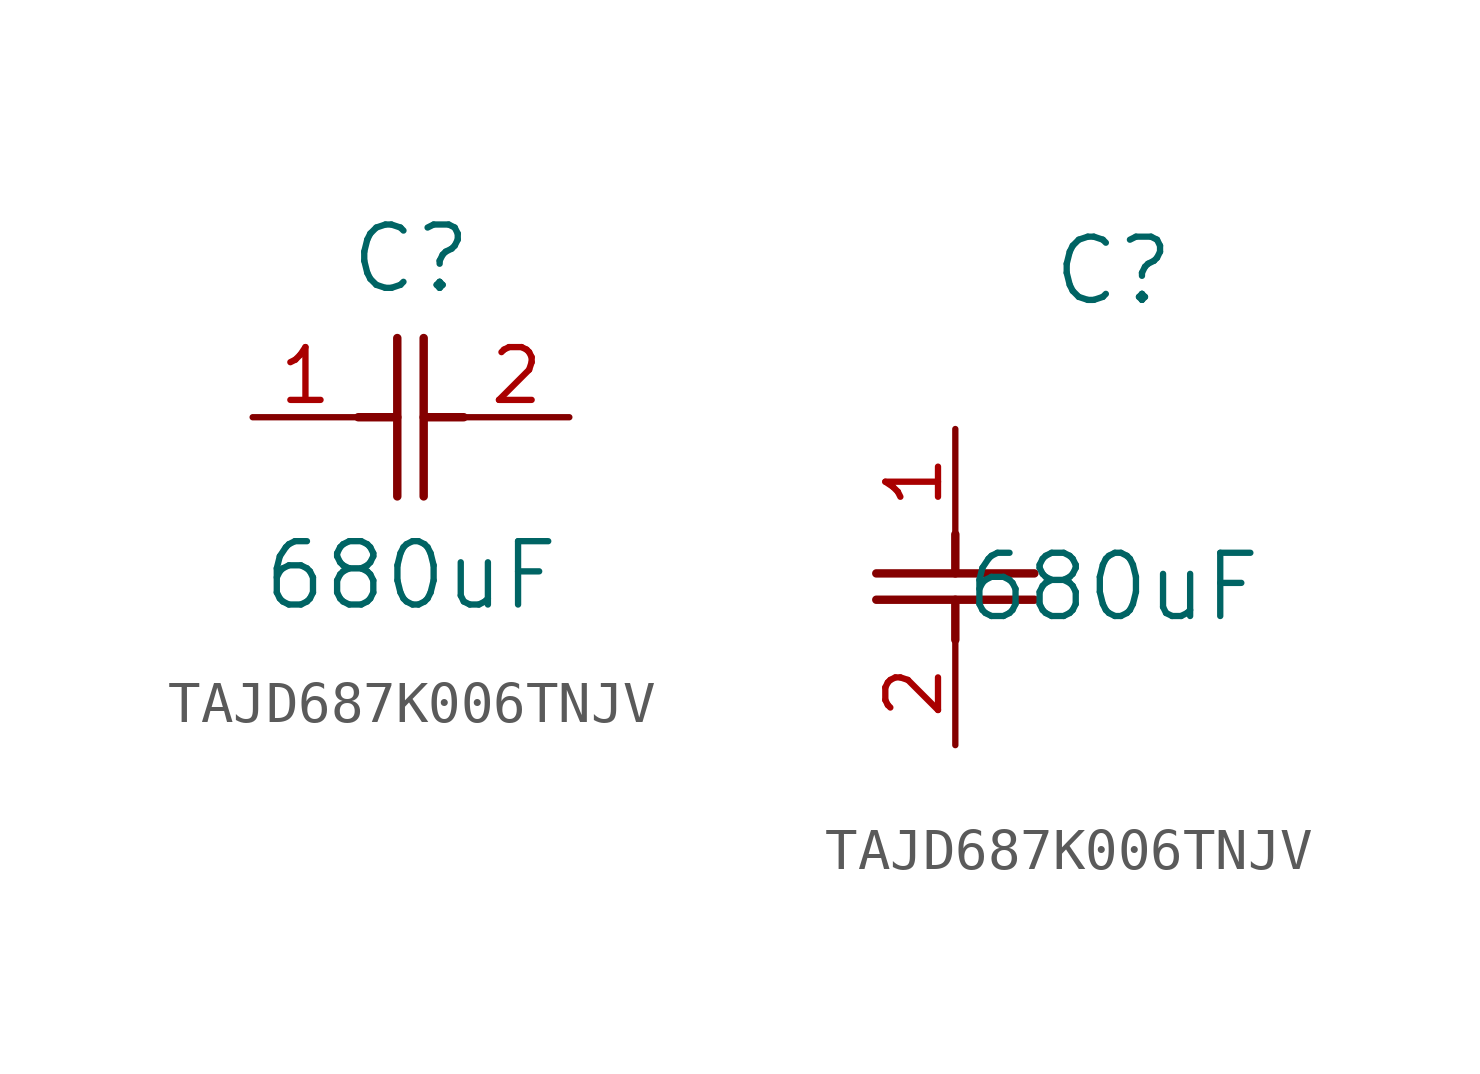
<source format=kicad_sym>
(kicad_symbol_lib
  (version 20241209)
  (generator "kicad_symbol_editor")
  (generator_version "9.0")
  (symbol "TAJD687K006TNJV"
    (pin_names
      (offset 0.254))
    (property "Reference" "C"
      (at 3.81 3.81 0)
      (effects (font (size 1.524 1.524))))
    (property "Value" "680uF"
      (at 3.81 -3.81 0)
      (effects (font (size 1.524 1.524))))
    (symbol "TAJD687K006TNJV_1_1"
      (polyline (pts (xy 2.54 0) (xy 3.48 0)) (stroke (width 0.203) (type default)) (fill (type none)))
      (polyline (pts (xy 3.48 -1.905) (xy 3.48 1.905)) (stroke (width 0.203) (type default)) (fill (type none)))
      (polyline (pts (xy 4.115 0) (xy 5.08 0)) (stroke (width 0.203) (type default)) (fill (type none)))
      (polyline (pts (xy 4.115 -1.905) (xy 4.115 1.905)) (stroke (width 0.203) (type default)) (fill (type none)))
      (pin unspecified line (at 0 0 0) (length 2.54) (name "" (effects (font (size 1.27 1.27)))) (number "1" (effects (font (size 1.27 1.27)))))
      (pin unspecified line (at 7.62 0 180) (length 2.54) (name "" (effects (font (size 1.27 1.27)))) (number "2" (effects (font (size 1.27 1.27))))))
    (symbol "TAJD687K006TNJV_1_2"
      (polyline (pts (xy -1.905 -3.48) (xy 1.905 -3.48)) (stroke (width 0.203) (type default)) (fill (type none)))
      (polyline (pts (xy -1.905 -4.115) (xy 1.905 -4.115)) (stroke (width 0.203) (type default)) (fill (type none)))
      (polyline (pts (xy 0 -2.54) (xy 0 -3.48)) (stroke (width 0.203) (type default)) (fill (type none)))
      (polyline (pts (xy 0 -4.115) (xy 0 -5.08)) (stroke (width 0.203) (type default)) (fill (type none)))
      (pin unspecified line (at 0 0 270) (length 2.54) (name "" (effects (font (size 1.27 1.27)))) (number "1" (effects (font (size 1.27 1.27)))))
      (pin unspecified line (at 0 -7.62 90) (length 2.54) (name "" (effects (font (size 1.27 1.27)))) (number "2" (effects (font (size 1.27 1.27))))))))
</source>
